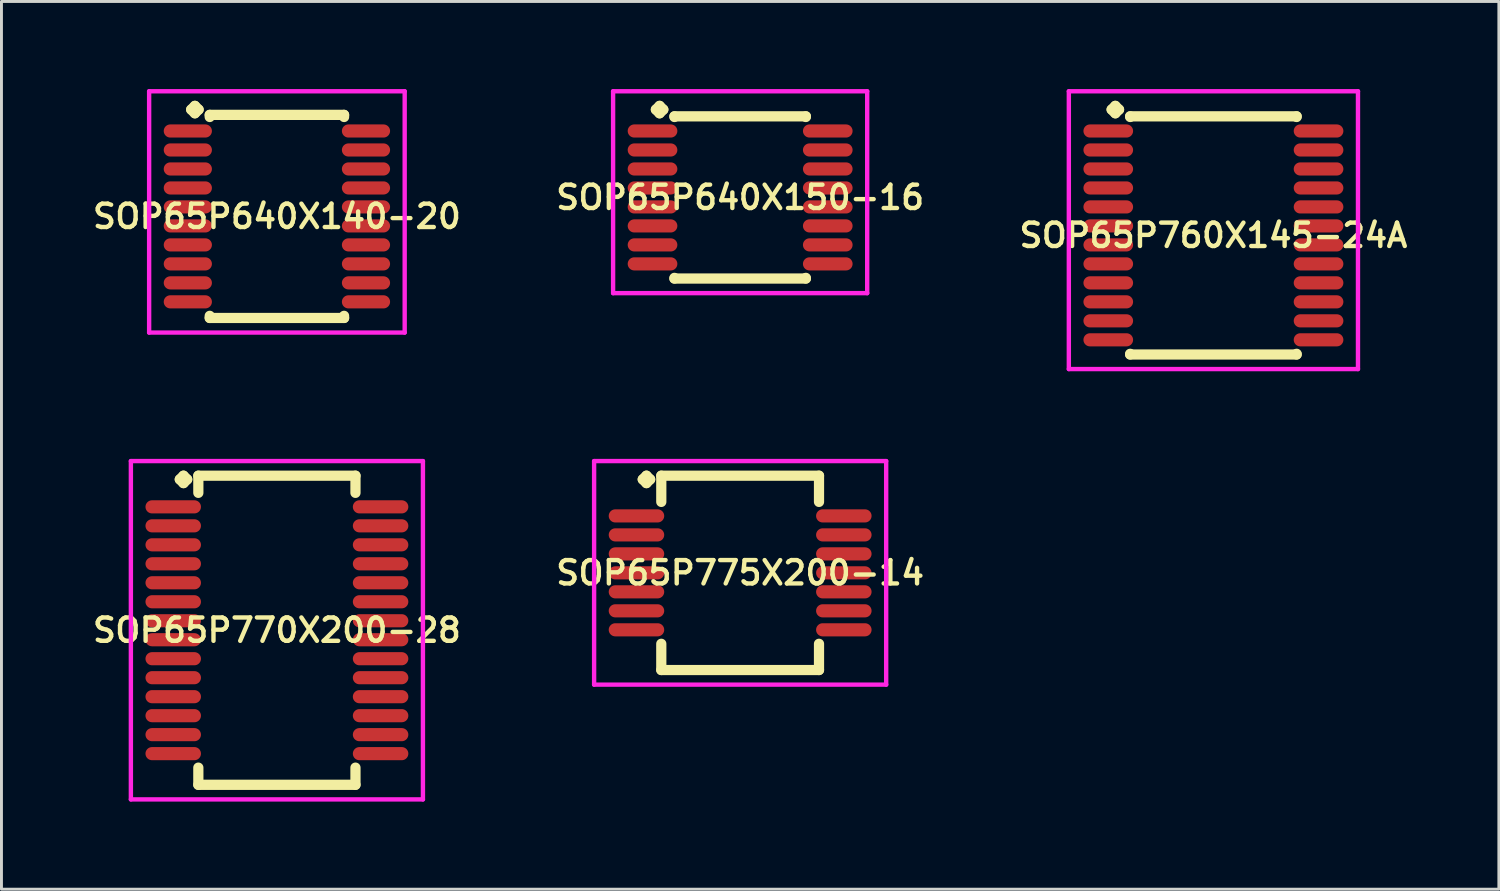
<source format=kicad_pcb>
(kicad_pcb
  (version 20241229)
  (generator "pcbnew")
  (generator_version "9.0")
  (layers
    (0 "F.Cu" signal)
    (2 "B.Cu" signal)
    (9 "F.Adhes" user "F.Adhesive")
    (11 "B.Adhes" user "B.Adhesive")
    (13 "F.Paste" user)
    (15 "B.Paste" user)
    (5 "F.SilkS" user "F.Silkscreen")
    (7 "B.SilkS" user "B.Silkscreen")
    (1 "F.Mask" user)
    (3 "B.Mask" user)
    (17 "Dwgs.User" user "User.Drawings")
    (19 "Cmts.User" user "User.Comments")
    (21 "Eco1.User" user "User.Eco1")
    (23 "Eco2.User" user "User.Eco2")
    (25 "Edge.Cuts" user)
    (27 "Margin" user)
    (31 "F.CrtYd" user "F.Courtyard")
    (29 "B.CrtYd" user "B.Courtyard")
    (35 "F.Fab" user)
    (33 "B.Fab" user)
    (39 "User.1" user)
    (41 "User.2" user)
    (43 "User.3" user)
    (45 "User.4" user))
  (footprint "SOP65P775X200-14"
    (layer "F.Cu")
    (at 22.292 16.564)
    (property "Reference" "SOP65P775X200-14" (at 0 0 0) (layer "F.SilkS") (effects (font (size 0.8 0.8) (thickness 0.15))))
    (attr smd)
    (fp_line (start -3.335 -3.2) (end -3.208 -3.327) (stroke (width 0.35) (type solid)) (layer "F.SilkS"))
    (fp_line (start -3.208 -3.327) (end -3.081 -3.2) (stroke (width 0.35) (type solid)) (layer "F.SilkS"))
    (fp_line (start -3.208 -3.073) (end -3.335 -3.2) (stroke (width 0.35) (type solid)) (layer "F.SilkS"))
    (fp_line (start -3.081 -3.2) (end -3.208 -3.073) (stroke (width 0.35) (type solid)) (layer "F.SilkS"))
    (fp_line (start -2.7 -3.327) (end 2.7 -3.327) (stroke (width 0.35) (type solid)) (layer "F.SilkS"))
    (fp_line (start -2.7 -2.429) (end -2.7 -3.327) (stroke (width 0.35) (type solid)) (layer "F.SilkS"))
    (fp_line (start -2.7 2.429) (end -2.7 3.327) (stroke (width 0.35) (type solid)) (layer "F.SilkS"))
    (fp_line (start -2.7 3.327) (end 2.7 3.327) (stroke (width 0.35) (type solid)) (layer "F.SilkS"))
    (fp_line (start 2.7 -3.327) (end 2.7 -2.429) (stroke (width 0.35) (type solid)) (layer "F.SilkS"))
    (fp_line (start 2.7 3.327) (end 2.7 2.429) (stroke (width 0.35) (type solid)) (layer "F.SilkS"))
    (fp_line (start -5 -3.827) (end 5 -3.827) (stroke (width 0.15) (type solid)) (layer "F.CrtYd"))
    (fp_line (start -5 3.827) (end -5 -3.827) (stroke (width 0.15) (type solid)) (layer "F.CrtYd"))
    (fp_line (start 5 -3.827) (end 5 3.827) (stroke (width 0.15) (type solid)) (layer "F.CrtYd"))
    (fp_line (start 5 3.827) (end -5 3.827) (stroke (width 0.15) (type solid)) (layer "F.CrtYd"))
    (pad "1" smd oval (at -3.55 -1.95) (size 1.9 0.45) (layers "F.Cu" "F.Mask" "F.Paste"))
    (pad "2" smd oval (at -3.55 -1.3) (size 1.9 0.45) (layers "F.Cu" "F.Mask" "F.Paste"))
    (pad "3" smd oval (at -3.55 -0.65) (size 1.9 0.45) (layers "F.Cu" "F.Mask" "F.Paste"))
    (pad "4" smd oval (at -3.55 0) (size 1.9 0.45) (layers "F.Cu" "F.Mask" "F.Paste"))
    (pad "5" smd oval (at -3.55 0.65) (size 1.9 0.45) (layers "F.Cu" "F.Mask" "F.Paste"))
    (pad "6" smd oval (at -3.55 1.3) (size 1.9 0.45) (layers "F.Cu" "F.Mask" "F.Paste"))
    (pad "7" smd oval (at -3.55 1.95) (size 1.9 0.45) (layers "F.Cu" "F.Mask" "F.Paste"))
    (pad "8" smd oval (at 3.55 1.95) (size 1.9 0.45) (layers "F.Cu" "F.Mask" "F.Paste"))
    (pad "9" smd oval (at 3.55 1.3) (size 1.9 0.45) (layers "F.Cu" "F.Mask" "F.Paste"))
    (pad "10" smd oval (at 3.55 0.65) (size 1.9 0.45) (layers "F.Cu" "F.Mask" "F.Paste"))
    (pad "11" smd oval (at 3.55 0) (size 1.9 0.45) (layers "F.Cu" "F.Mask" "F.Paste"))
    (pad "12" smd oval (at 3.55 -0.65) (size 1.9 0.45) (layers "F.Cu" "F.Mask" "F.Paste"))
    (pad "13" smd oval (at 3.55 -1.3) (size 1.9 0.45) (layers "F.Cu" "F.Mask" "F.Paste"))
    (pad "14" smd oval (at 3.55 -1.95) (size 1.9 0.45) (layers "F.Cu" "F.Mask" "F.Paste")))
  (footprint "SOP65P640X150-16"
    (layer "F.Cu")
    (at 22.292 3.71)
    (property "Reference" "SOP65P640X150-16" (at 0 0 0) (layer "F.SilkS") (effects (font (size 0.8 0.8) (thickness 0.15))))
    (attr smd)
    (fp_line (start -2.885 -3.008) (end -2.758 -3.135) (stroke (width 0.35) (type solid)) (layer "F.SilkS"))
    (fp_line (start -2.758 -3.135) (end -2.631 -3.008) (stroke (width 0.35) (type solid)) (layer "F.SilkS"))
    (fp_line (start -2.758 -2.881) (end -2.885 -3.008) (stroke (width 0.35) (type solid)) (layer "F.SilkS"))
    (fp_line (start -2.631 -3.008) (end -2.758 -2.881) (stroke (width 0.35) (type solid)) (layer "F.SilkS"))
    (fp_line (start -2.25 -2.777) (end 2.25 -2.777) (stroke (width 0.35) (type solid)) (layer "F.SilkS"))
    (fp_line (start -2.25 -2.754) (end -2.25 -2.777) (stroke (width 0.35) (type solid)) (layer "F.SilkS"))
    (fp_line (start -2.25 2.754) (end -2.25 2.777) (stroke (width 0.35) (type solid)) (layer "F.SilkS"))
    (fp_line (start -2.25 2.777) (end 2.25 2.777) (stroke (width 0.35) (type solid)) (layer "F.SilkS"))
    (fp_line (start 2.25 -2.777) (end 2.25 -2.754) (stroke (width 0.35) (type solid)) (layer "F.SilkS"))
    (fp_line (start 2.25 2.777) (end 2.25 2.754) (stroke (width 0.35) (type solid)) (layer "F.SilkS"))
    (fp_line (start -4.35 -3.635) (end 4.35 -3.635) (stroke (width 0.15) (type solid)) (layer "F.CrtYd"))
    (fp_line (start -4.35 3.277) (end -4.35 -3.635) (stroke (width 0.15) (type solid)) (layer "F.CrtYd"))
    (fp_line (start 4.35 -3.635) (end 4.35 3.277) (stroke (width 0.15) (type solid)) (layer "F.CrtYd"))
    (fp_line (start 4.35 3.277) (end -4.35 3.277) (stroke (width 0.15) (type solid)) (layer "F.CrtYd"))
    (pad "1" smd oval (at -3 -2.275) (size 1.7 0.45) (layers "F.Cu" "F.Mask" "F.Paste"))
    (pad "2" smd oval (at -3 -1.625) (size 1.7 0.45) (layers "F.Cu" "F.Mask" "F.Paste"))
    (pad "3" smd oval (at -3 -0.975) (size 1.7 0.45) (layers "F.Cu" "F.Mask" "F.Paste"))
    (pad "4" smd oval (at -3 -0.325) (size 1.7 0.45) (layers "F.Cu" "F.Mask" "F.Paste"))
    (pad "5" smd oval (at -3 0.325) (size 1.7 0.45) (layers "F.Cu" "F.Mask" "F.Paste"))
    (pad "6" smd oval (at -3 0.975) (size 1.7 0.45) (layers "F.Cu" "F.Mask" "F.Paste"))
    (pad "7" smd oval (at -3 1.625) (size 1.7 0.45) (layers "F.Cu" "F.Mask" "F.Paste"))
    (pad "8" smd oval (at -3 2.275) (size 1.7 0.45) (layers "F.Cu" "F.Mask" "F.Paste"))
    (pad "9" smd oval (at 3 2.275) (size 1.7 0.45) (layers "F.Cu" "F.Mask" "F.Paste"))
    (pad "10" smd oval (at 3 1.625) (size 1.7 0.45) (layers "F.Cu" "F.Mask" "F.Paste"))
    (pad "11" smd oval (at 3 0.975) (size 1.7 0.45) (layers "F.Cu" "F.Mask" "F.Paste"))
    (pad "12" smd oval (at 3 0.325) (size 1.7 0.45) (layers "F.Cu" "F.Mask" "F.Paste"))
    (pad "13" smd oval (at 3 -0.325) (size 1.7 0.45) (layers "F.Cu" "F.Mask" "F.Paste"))
    (pad "14" smd oval (at 3 -0.975) (size 1.7 0.45) (layers "F.Cu" "F.Mask" "F.Paste"))
    (pad "15" smd oval (at 3 -1.625) (size 1.7 0.45) (layers "F.Cu" "F.Mask" "F.Paste"))
    (pad "16" smd oval (at 3 -2.275) (size 1.7 0.45) (layers "F.Cu" "F.Mask" "F.Paste")))
  (footprint "SOP65P760X145-24A"
    (layer "F.Cu")
    (at 38.496 5.01)
    (property "Reference" "SOP65P760X145-24A" (at 0 0 0) (layer "F.SilkS") (effects (font (size 0.8 0.8) (thickness 0.15))))
    (attr smd)
    (fp_line (start -3.485 -4.308) (end -3.358 -4.435) (stroke (width 0.35) (type solid)) (layer "F.SilkS"))
    (fp_line (start -3.358 -4.435) (end -3.231 -4.308) (stroke (width 0.35) (type solid)) (layer "F.SilkS"))
    (fp_line (start -3.358 -4.181) (end -3.485 -4.308) (stroke (width 0.35) (type solid)) (layer "F.SilkS"))
    (fp_line (start -3.231 -4.308) (end -3.358 -4.181) (stroke (width 0.35) (type solid)) (layer "F.SilkS"))
    (fp_line (start -2.85 -4.077) (end 2.85 -4.077) (stroke (width 0.35) (type solid)) (layer "F.SilkS"))
    (fp_line (start -2.85 -4.054) (end -2.85 -4.077) (stroke (width 0.35) (type solid)) (layer "F.SilkS"))
    (fp_line (start -2.85 4.054) (end -2.85 4.077) (stroke (width 0.35) (type solid)) (layer "F.SilkS"))
    (fp_line (start -2.85 4.077) (end 2.85 4.077) (stroke (width 0.35) (type solid)) (layer "F.SilkS"))
    (fp_line (start 2.85 -4.077) (end 2.85 -4.054) (stroke (width 0.35) (type solid)) (layer "F.SilkS"))
    (fp_line (start 2.85 4.077) (end 2.85 4.054) (stroke (width 0.35) (type solid)) (layer "F.SilkS"))
    (fp_line (start -4.95 -4.935) (end 4.95 -4.935) (stroke (width 0.15) (type solid)) (layer "F.CrtYd"))
    (fp_line (start -4.95 4.577) (end -4.95 -4.935) (stroke (width 0.15) (type solid)) (layer "F.CrtYd"))
    (fp_line (start 4.95 -4.935) (end 4.95 4.577) (stroke (width 0.15) (type solid)) (layer "F.CrtYd"))
    (fp_line (start 4.95 4.577) (end -4.95 4.577) (stroke (width 0.15) (type solid)) (layer "F.CrtYd"))
    (pad "1" smd oval (at -3.6 -3.575) (size 1.7 0.45) (layers "F.Cu" "F.Mask" "F.Paste"))
    (pad "2" smd oval (at -3.6 -2.925) (size 1.7 0.45) (layers "F.Cu" "F.Mask" "F.Paste"))
    (pad "3" smd oval (at -3.6 -2.275) (size 1.7 0.45) (layers "F.Cu" "F.Mask" "F.Paste"))
    (pad "4" smd oval (at -3.6 -1.625) (size 1.7 0.45) (layers "F.Cu" "F.Mask" "F.Paste"))
    (pad "5" smd oval (at -3.6 -0.975) (size 1.7 0.45) (layers "F.Cu" "F.Mask" "F.Paste"))
    (pad "6" smd oval (at -3.6 -0.325) (size 1.7 0.45) (layers "F.Cu" "F.Mask" "F.Paste"))
    (pad "7" smd oval (at -3.6 0.325) (size 1.7 0.45) (layers "F.Cu" "F.Mask" "F.Paste"))
    (pad "8" smd oval (at -3.6 0.975) (size 1.7 0.45) (layers "F.Cu" "F.Mask" "F.Paste"))
    (pad "9" smd oval (at -3.6 1.625) (size 1.7 0.45) (layers "F.Cu" "F.Mask" "F.Paste"))
    (pad "10" smd oval (at -3.6 2.275) (size 1.7 0.45) (layers "F.Cu" "F.Mask" "F.Paste"))
    (pad "11" smd oval (at -3.6 2.925) (size 1.7 0.45) (layers "F.Cu" "F.Mask" "F.Paste"))
    (pad "12" smd oval (at -3.6 3.575) (size 1.7 0.45) (layers "F.Cu" "F.Mask" "F.Paste"))
    (pad "13" smd oval (at 3.6 3.575) (size 1.7 0.45) (layers "F.Cu" "F.Mask" "F.Paste"))
    (pad "14" smd oval (at 3.6 2.925) (size 1.7 0.45) (layers "F.Cu" "F.Mask" "F.Paste"))
    (pad "15" smd oval (at 3.6 2.275) (size 1.7 0.45) (layers "F.Cu" "F.Mask" "F.Paste"))
    (pad "16" smd oval (at 3.6 1.625) (size 1.7 0.45) (layers "F.Cu" "F.Mask" "F.Paste"))
    (pad "17" smd oval (at 3.6 0.975) (size 1.7 0.45) (layers "F.Cu" "F.Mask" "F.Paste"))
    (pad "18" smd oval (at 3.6 0.325) (size 1.7 0.45) (layers "F.Cu" "F.Mask" "F.Paste"))
    (pad "19" smd oval (at 3.6 -0.325) (size 1.7 0.45) (layers "F.Cu" "F.Mask" "F.Paste"))
    (pad "20" smd oval (at 3.6 -0.975) (size 1.7 0.45) (layers "F.Cu" "F.Mask" "F.Paste"))
    (pad "21" smd oval (at 3.6 -1.625) (size 1.7 0.45) (layers "F.Cu" "F.Mask" "F.Paste"))
    (pad "22" smd oval (at 3.6 -2.275) (size 1.7 0.45) (layers "F.Cu" "F.Mask" "F.Paste"))
    (pad "23" smd oval (at 3.6 -2.925) (size 1.7 0.45) (layers "F.Cu" "F.Mask" "F.Paste"))
    (pad "24" smd oval (at 3.6 -3.575) (size 1.7 0.45) (layers "F.Cu" "F.Mask" "F.Paste")))
  (footprint "SOP65P770X200-28"
    (layer "F.Cu")
    (at 6.431 18.529)
    (property "Reference" "SOP65P770X200-28" (at 0 0 0) (layer "F.SilkS") (effects (font (size 0.8 0.8) (thickness 0.15))))
    (attr smd)
    (fp_line (start -3.325 -5.165) (end -3.198 -5.292) (stroke (width 0.35) (type solid)) (layer "F.SilkS"))
    (fp_line (start -3.198 -5.292) (end -3.071 -5.165) (stroke (width 0.35) (type solid)) (layer "F.SilkS"))
    (fp_line (start -3.198 -5.038) (end -3.325 -5.165) (stroke (width 0.35) (type solid)) (layer "F.SilkS"))
    (fp_line (start -3.071 -5.165) (end -3.198 -5.038) (stroke (width 0.35) (type solid)) (layer "F.SilkS"))
    (fp_line (start -2.69 -5.292) (end 2.69 -5.292) (stroke (width 0.35) (type solid)) (layer "F.SilkS"))
    (fp_line (start -2.69 -4.704) (end -2.69 -5.292) (stroke (width 0.35) (type solid)) (layer "F.SilkS"))
    (fp_line (start -2.69 4.704) (end -2.69 5.292) (stroke (width 0.35) (type solid)) (layer "F.SilkS"))
    (fp_line (start -2.69 5.292) (end 2.69 5.292) (stroke (width 0.35) (type solid)) (layer "F.SilkS"))
    (fp_line (start 2.69 -5.292) (end 2.69 -4.704) (stroke (width 0.35) (type solid)) (layer "F.SilkS"))
    (fp_line (start 2.69 5.292) (end 2.69 4.704) (stroke (width 0.35) (type solid)) (layer "F.SilkS"))
    (fp_line (start -5 -5.792) (end 5 -5.792) (stroke (width 0.15) (type solid)) (layer "F.CrtYd"))
    (fp_line (start -5 5.792) (end -5 -5.792) (stroke (width 0.15) (type solid)) (layer "F.CrtYd"))
    (fp_line (start 5 -5.792) (end 5 5.792) (stroke (width 0.15) (type solid)) (layer "F.CrtYd"))
    (fp_line (start 5 5.792) (end -5 5.792) (stroke (width 0.15) (type solid)) (layer "F.CrtYd"))
    (pad "1" smd oval (at -3.55 -4.225) (size 1.9 0.45) (layers "F.Cu" "F.Mask" "F.Paste"))
    (pad "2" smd oval (at -3.55 -3.575) (size 1.9 0.45) (layers "F.Cu" "F.Mask" "F.Paste"))
    (pad "3" smd oval (at -3.55 -2.925) (size 1.9 0.45) (layers "F.Cu" "F.Mask" "F.Paste"))
    (pad "4" smd oval (at -3.55 -2.275) (size 1.9 0.45) (layers "F.Cu" "F.Mask" "F.Paste"))
    (pad "5" smd oval (at -3.55 -1.625) (size 1.9 0.45) (layers "F.Cu" "F.Mask" "F.Paste"))
    (pad "6" smd oval (at -3.55 -0.975) (size 1.9 0.45) (layers "F.Cu" "F.Mask" "F.Paste"))
    (pad "7" smd oval (at -3.55 -0.325) (size 1.9 0.45) (layers "F.Cu" "F.Mask" "F.Paste"))
    (pad "8" smd oval (at -3.55 0.325) (size 1.9 0.45) (layers "F.Cu" "F.Mask" "F.Paste"))
    (pad "9" smd oval (at -3.55 0.975) (size 1.9 0.45) (layers "F.Cu" "F.Mask" "F.Paste"))
    (pad "10" smd oval (at -3.55 1.625) (size 1.9 0.45) (layers "F.Cu" "F.Mask" "F.Paste"))
    (pad "11" smd oval (at -3.55 2.275) (size 1.9 0.45) (layers "F.Cu" "F.Mask" "F.Paste"))
    (pad "12" smd oval (at -3.55 2.925) (size 1.9 0.45) (layers "F.Cu" "F.Mask" "F.Paste"))
    (pad "13" smd oval (at -3.55 3.575) (size 1.9 0.45) (layers "F.Cu" "F.Mask" "F.Paste"))
    (pad "14" smd oval (at -3.55 4.225) (size 1.9 0.45) (layers "F.Cu" "F.Mask" "F.Paste"))
    (pad "15" smd oval (at 3.55 4.225) (size 1.9 0.45) (layers "F.Cu" "F.Mask" "F.Paste"))
    (pad "16" smd oval (at 3.55 3.575) (size 1.9 0.45) (layers "F.Cu" "F.Mask" "F.Paste"))
    (pad "17" smd oval (at 3.55 2.925) (size 1.9 0.45) (layers "F.Cu" "F.Mask" "F.Paste"))
    (pad "18" smd oval (at 3.55 2.275) (size 1.9 0.45) (layers "F.Cu" "F.Mask" "F.Paste"))
    (pad "19" smd oval (at 3.55 1.625) (size 1.9 0.45) (layers "F.Cu" "F.Mask" "F.Paste"))
    (pad "20" smd oval (at 3.55 0.975) (size 1.9 0.45) (layers "F.Cu" "F.Mask" "F.Paste"))
    (pad "21" smd oval (at 3.55 0.325) (size 1.9 0.45) (layers "F.Cu" "F.Mask" "F.Paste"))
    (pad "22" smd oval (at 3.55 -0.325) (size 1.9 0.45) (layers "F.Cu" "F.Mask" "F.Paste"))
    (pad "23" smd oval (at 3.55 -0.975) (size 1.9 0.45) (layers "F.Cu" "F.Mask" "F.Paste"))
    (pad "24" smd oval (at 3.55 -1.625) (size 1.9 0.45) (layers "F.Cu" "F.Mask" "F.Paste"))
    (pad "25" smd oval (at 3.55 -2.275) (size 1.9 0.45) (layers "F.Cu" "F.Mask" "F.Paste"))
    (pad "26" smd oval (at 3.55 -2.925) (size 1.9 0.45) (layers "F.Cu" "F.Mask" "F.Paste"))
    (pad "27" smd oval (at 3.55 -3.575) (size 1.9 0.45) (layers "F.Cu" "F.Mask" "F.Paste"))
    (pad "28" smd oval (at 3.55 -4.225) (size 1.9 0.45) (layers "F.Cu" "F.Mask" "F.Paste")))
  (footprint "SOP65P640X140-20"
    (layer "F.Cu")
    (at 6.431 4.36)
    (property "Reference" "SOP65P640X140-20" (at 0 0 0) (layer "F.SilkS") (effects (font (size 0.8 0.8) (thickness 0.15))))
    (attr smd)
    (fp_line (start -2.935 -3.658) (end -2.808 -3.785) (stroke (width 0.35) (type solid)) (layer "F.SilkS"))
    (fp_line (start -2.808 -3.785) (end -2.681 -3.658) (stroke (width 0.35) (type solid)) (layer "F.SilkS"))
    (fp_line (start -2.808 -3.531) (end -2.935 -3.658) (stroke (width 0.35) (type solid)) (layer "F.SilkS"))
    (fp_line (start -2.681 -3.658) (end -2.808 -3.531) (stroke (width 0.35) (type solid)) (layer "F.SilkS"))
    (fp_line (start -2.3 -3.477) (end 2.3 -3.477) (stroke (width 0.35) (type solid)) (layer "F.SilkS"))
    (fp_line (start -2.3 -3.404) (end -2.3 -3.477) (stroke (width 0.35) (type solid)) (layer "F.SilkS"))
    (fp_line (start -2.3 3.404) (end -2.3 3.477) (stroke (width 0.35) (type solid)) (layer "F.SilkS"))
    (fp_line (start -2.3 3.477) (end 2.3 3.477) (stroke (width 0.35) (type solid)) (layer "F.SilkS"))
    (fp_line (start 2.3 -3.477) (end 2.3 -3.404) (stroke (width 0.35) (type solid)) (layer "F.SilkS"))
    (fp_line (start 2.3 3.477) (end 2.3 3.404) (stroke (width 0.35) (type solid)) (layer "F.SilkS"))
    (fp_line (start -4.375 -4.285) (end 4.375 -4.285) (stroke (width 0.15) (type solid)) (layer "F.CrtYd"))
    (fp_line (start -4.375 3.977) (end -4.375 -4.285) (stroke (width 0.15) (type solid)) (layer "F.CrtYd"))
    (fp_line (start 4.375 -4.285) (end 4.375 3.977) (stroke (width 0.15) (type solid)) (layer "F.CrtYd"))
    (fp_line (start 4.375 3.977) (end -4.375 3.977) (stroke (width 0.15) (type solid)) (layer "F.CrtYd"))
    (pad "1" smd oval (at -3.05 -2.925) (size 1.65 0.45) (layers "F.Cu" "F.Mask" "F.Paste"))
    (pad "2" smd oval (at -3.05 -2.275) (size 1.65 0.45) (layers "F.Cu" "F.Mask" "F.Paste"))
    (pad "3" smd oval (at -3.05 -1.625) (size 1.65 0.45) (layers "F.Cu" "F.Mask" "F.Paste"))
    (pad "4" smd oval (at -3.05 -0.975) (size 1.65 0.45) (layers "F.Cu" "F.Mask" "F.Paste"))
    (pad "5" smd oval (at -3.05 -0.325) (size 1.65 0.45) (layers "F.Cu" "F.Mask" "F.Paste"))
    (pad "6" smd oval (at -3.05 0.325) (size 1.65 0.45) (layers "F.Cu" "F.Mask" "F.Paste"))
    (pad "7" smd oval (at -3.05 0.975) (size 1.65 0.45) (layers "F.Cu" "F.Mask" "F.Paste"))
    (pad "8" smd oval (at -3.05 1.625) (size 1.65 0.45) (layers "F.Cu" "F.Mask" "F.Paste"))
    (pad "9" smd oval (at -3.05 2.275) (size 1.65 0.45) (layers "F.Cu" "F.Mask" "F.Paste"))
    (pad "10" smd oval (at -3.05 2.925) (size 1.65 0.45) (layers "F.Cu" "F.Mask" "F.Paste"))
    (pad "11" smd oval (at 3.05 2.925) (size 1.65 0.45) (layers "F.Cu" "F.Mask" "F.Paste"))
    (pad "12" smd oval (at 3.05 2.275) (size 1.65 0.45) (layers "F.Cu" "F.Mask" "F.Paste"))
    (pad "13" smd oval (at 3.05 1.625) (size 1.65 0.45) (layers "F.Cu" "F.Mask" "F.Paste"))
    (pad "14" smd oval (at 3.05 0.975) (size 1.65 0.45) (layers "F.Cu" "F.Mask" "F.Paste"))
    (pad "15" smd oval (at 3.05 0.325) (size 1.65 0.45) (layers "F.Cu" "F.Mask" "F.Paste"))
    (pad "16" smd oval (at 3.05 -0.325) (size 1.65 0.45) (layers "F.Cu" "F.Mask" "F.Paste"))
    (pad "17" smd oval (at 3.05 -0.975) (size 1.65 0.45) (layers "F.Cu" "F.Mask" "F.Paste"))
    (pad "18" smd oval (at 3.05 -1.625) (size 1.65 0.45) (layers "F.Cu" "F.Mask" "F.Paste"))
    (pad "19" smd oval (at 3.05 -2.275) (size 1.65 0.45) (layers "F.Cu" "F.Mask" "F.Paste"))
    (pad "20" smd oval (at 3.05 -2.925) (size 1.65 0.45) (layers "F.Cu" "F.Mask" "F.Paste")))
  (gr_rect
    (start -3 -3)
    (end 48.27 27.396)
    (stroke (width 0.1) (type default))
    (fill no)
    (layer "Edge.Cuts")))
</source>
